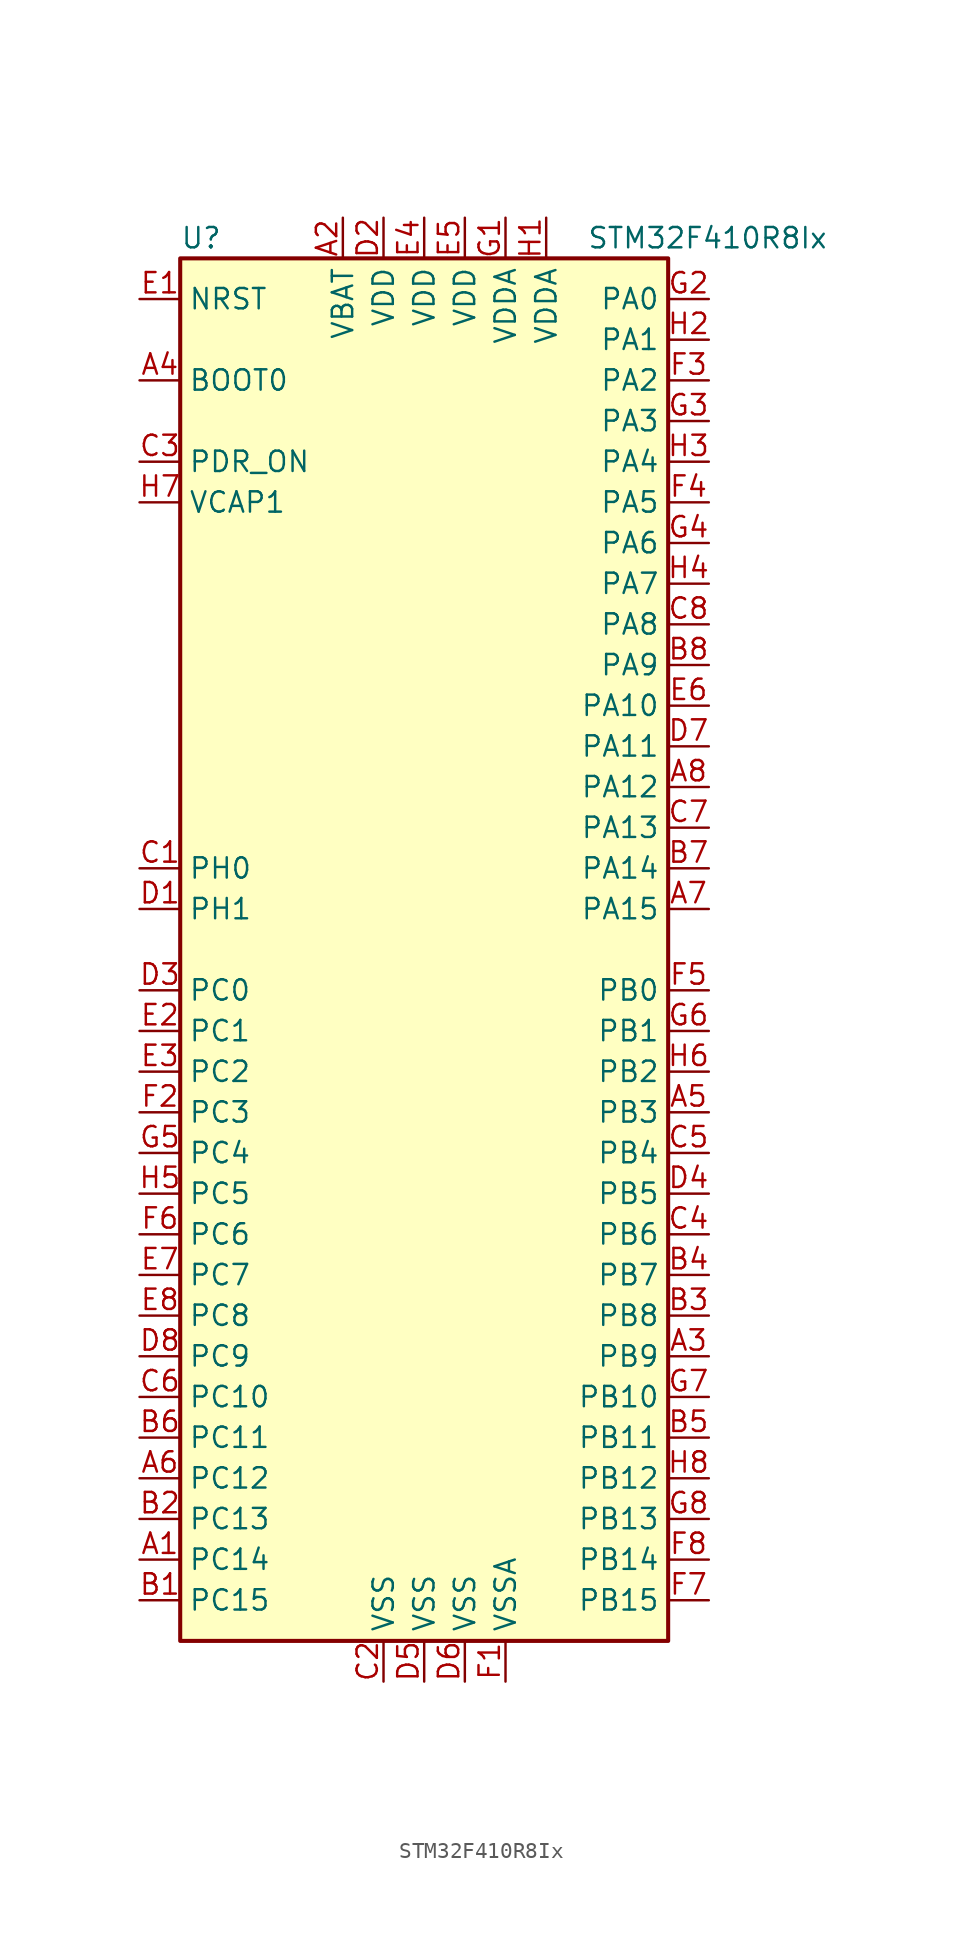
<source format=kicad_sym>
(kicad_symbol_lib
  (version 20211014)
  (generator kicad_symbol_editor)
  (symbol "STM32F410R8Ix"
    (property "Reference" "U"
      (at -15.24 44.45 0)
      (effects (font (size 1.27 1.27)) (justify left)))
    (property "Value" "STM32F410R8Ix"
      (at 10.16 44.45 0)
      (effects (font (size 1.27 1.27)) (justify left)))
    (symbol "STM32F410R8Ix_0_1"
      (rectangle (start -15.24 -43.18) (end 15.24 43.18) (stroke (width 0.254) (type default) (color 0 0 0 0)) (fill (type background))))
    (symbol "STM32F410R8Ix_1_1"
      (pin bidirectional line (at -17.78 -38.1 0) (length 2.54) (name "PC14" (effects (font (size 1.27 1.27)))) (number "A1" (effects (font (size 1.27 1.27)))))
      (pin power_in line (at -5.08 45.72 270) (length 2.54) (name "VBAT" (effects (font (size 1.27 1.27)))) (number "A2" (effects (font (size 1.27 1.27)))))
      (pin bidirectional line (at 17.78 -25.4 180) (length 2.54) (name "PB9" (effects (font (size 1.27 1.27)))) (number "A3" (effects (font (size 1.27 1.27)))))
      (pin input line (at -17.78 35.56 0) (length 2.54) (name "BOOT0" (effects (font (size 1.27 1.27)))) (number "A4" (effects (font (size 1.27 1.27)))))
      (pin bidirectional line (at 17.78 -10.16 180) (length 2.54) (name "PB3" (effects (font (size 1.27 1.27)))) (number "A5" (effects (font (size 1.27 1.27)))))
      (pin bidirectional line (at -17.78 -33.02 0) (length 2.54) (name "PC12" (effects (font (size 1.27 1.27)))) (number "A6" (effects (font (size 1.27 1.27)))))
      (pin bidirectional line (at 17.78 2.54 180) (length 2.54) (name "PA15" (effects (font (size 1.27 1.27)))) (number "A7" (effects (font (size 1.27 1.27)))))
      (pin bidirectional line (at 17.78 10.16 180) (length 2.54) (name "PA12" (effects (font (size 1.27 1.27)))) (number "A8" (effects (font (size 1.27 1.27)))))
      (pin bidirectional line (at -17.78 -40.64 0) (length 2.54) (name "PC15" (effects (font (size 1.27 1.27)))) (number "B1" (effects (font (size 1.27 1.27)))))
      (pin bidirectional line (at -17.78 -35.56 0) (length 2.54) (name "PC13" (effects (font (size 1.27 1.27)))) (number "B2" (effects (font (size 1.27 1.27)))))
      (pin bidirectional line (at 17.78 -22.86 180) (length 2.54) (name "PB8" (effects (font (size 1.27 1.27)))) (number "B3" (effects (font (size 1.27 1.27)))))
      (pin bidirectional line (at 17.78 -20.32 180) (length 2.54) (name "PB7" (effects (font (size 1.27 1.27)))) (number "B4" (effects (font (size 1.27 1.27)))))
      (pin bidirectional line (at 17.78 -30.48 180) (length 2.54) (name "PB11" (effects (font (size 1.27 1.27)))) (number "B5" (effects (font (size 1.27 1.27)))))
      (pin bidirectional line (at -17.78 -30.48 0) (length 2.54) (name "PC11" (effects (font (size 1.27 1.27)))) (number "B6" (effects (font (size 1.27 1.27)))))
      (pin bidirectional line (at 17.78 5.08 180) (length 2.54) (name "PA14" (effects (font (size 1.27 1.27)))) (number "B7" (effects (font (size 1.27 1.27)))))
      (pin bidirectional line (at 17.78 17.78 180) (length 2.54) (name "PA9" (effects (font (size 1.27 1.27)))) (number "B8" (effects (font (size 1.27 1.27)))))
      (pin input line (at -17.78 5.08 0) (length 2.54) (name "PH0" (effects (font (size 1.27 1.27)))) (number "C1" (effects (font (size 1.27 1.27)))))
      (pin power_in line (at -2.54 -45.72 90) (length 2.54) (name "VSS" (effects (font (size 1.27 1.27)))) (number "C2" (effects (font (size 1.27 1.27)))))
      (pin power_in line (at -17.78 30.48 0) (length 2.54) (name "PDR_ON" (effects (font (size 1.27 1.27)))) (number "C3" (effects (font (size 1.27 1.27)))))
      (pin bidirectional line (at 17.78 -17.78 180) (length 2.54) (name "PB6" (effects (font (size 1.27 1.27)))) (number "C4" (effects (font (size 1.27 1.27)))))
      (pin bidirectional line (at 17.78 -12.7 180) (length 2.54) (name "PB4" (effects (font (size 1.27 1.27)))) (number "C5" (effects (font (size 1.27 1.27)))))
      (pin bidirectional line (at -17.78 -27.94 0) (length 2.54) (name "PC10" (effects (font (size 1.27 1.27)))) (number "C6" (effects (font (size 1.27 1.27)))))
      (pin bidirectional line (at 17.78 7.62 180) (length 2.54) (name "PA13" (effects (font (size 1.27 1.27)))) (number "C7" (effects (font (size 1.27 1.27)))))
      (pin bidirectional line (at 17.78 20.32 180) (length 2.54) (name "PA8" (effects (font (size 1.27 1.27)))) (number "C8" (effects (font (size 1.27 1.27)))))
      (pin input line (at -17.78 2.54 0) (length 2.54) (name "PH1" (effects (font (size 1.27 1.27)))) (number "D1" (effects (font (size 1.27 1.27)))))
      (pin power_in line (at -2.54 45.72 270) (length 2.54) (name "VDD" (effects (font (size 1.27 1.27)))) (number "D2" (effects (font (size 1.27 1.27)))))
      (pin bidirectional line (at -17.78 -2.54 0) (length 2.54) (name "PC0" (effects (font (size 1.27 1.27)))) (number "D3" (effects (font (size 1.27 1.27)))))
      (pin bidirectional line (at 17.78 -15.24 180) (length 2.54) (name "PB5" (effects (font (size 1.27 1.27)))) (number "D4" (effects (font (size 1.27 1.27)))))
      (pin power_in line (at 0 -45.72 90) (length 2.54) (name "VSS" (effects (font (size 1.27 1.27)))) (number "D5" (effects (font (size 1.27 1.27)))))
      (pin power_in line (at 2.54 -45.72 90) (length 2.54) (name "VSS" (effects (font (size 1.27 1.27)))) (number "D6" (effects (font (size 1.27 1.27)))))
      (pin bidirectional line (at 17.78 12.7 180) (length 2.54) (name "PA11" (effects (font (size 1.27 1.27)))) (number "D7" (effects (font (size 1.27 1.27)))))
      (pin bidirectional line (at -17.78 -25.4 0) (length 2.54) (name "PC9" (effects (font (size 1.27 1.27)))) (number "D8" (effects (font (size 1.27 1.27)))))
      (pin input line (at -17.78 40.64 0) (length 2.54) (name "NRST" (effects (font (size 1.27 1.27)))) (number "E1" (effects (font (size 1.27 1.27)))))
      (pin bidirectional line (at -17.78 -5.08 0) (length 2.54) (name "PC1" (effects (font (size 1.27 1.27)))) (number "E2" (effects (font (size 1.27 1.27)))))
      (pin bidirectional line (at -17.78 -7.62 0) (length 2.54) (name "PC2" (effects (font (size 1.27 1.27)))) (number "E3" (effects (font (size 1.27 1.27)))))
      (pin power_in line (at 0 45.72 270) (length 2.54) (name "VDD" (effects (font (size 1.27 1.27)))) (number "E4" (effects (font (size 1.27 1.27)))))
      (pin power_in line (at 2.54 45.72 270) (length 2.54) (name "VDD" (effects (font (size 1.27 1.27)))) (number "E5" (effects (font (size 1.27 1.27)))))
      (pin bidirectional line (at 17.78 15.24 180) (length 2.54) (name "PA10" (effects (font (size 1.27 1.27)))) (number "E6" (effects (font (size 1.27 1.27)))))
      (pin bidirectional line (at -17.78 -20.32 0) (length 2.54) (name "PC7" (effects (font (size 1.27 1.27)))) (number "E7" (effects (font (size 1.27 1.27)))))
      (pin bidirectional line (at -17.78 -22.86 0) (length 2.54) (name "PC8" (effects (font (size 1.27 1.27)))) (number "E8" (effects (font (size 1.27 1.27)))))
      (pin power_in line (at 5.08 -45.72 90) (length 2.54) (name "VSSA" (effects (font (size 1.27 1.27)))) (number "F1" (effects (font (size 1.27 1.27)))))
      (pin bidirectional line (at -17.78 -10.16 0) (length 2.54) (name "PC3" (effects (font (size 1.27 1.27)))) (number "F2" (effects (font (size 1.27 1.27)))))
      (pin bidirectional line (at 17.78 35.56 180) (length 2.54) (name "PA2" (effects (font (size 1.27 1.27)))) (number "F3" (effects (font (size 1.27 1.27)))))
      (pin bidirectional line (at 17.78 27.94 180) (length 2.54) (name "PA5" (effects (font (size 1.27 1.27)))) (number "F4" (effects (font (size 1.27 1.27)))))
      (pin bidirectional line (at 17.78 -2.54 180) (length 2.54) (name "PB0" (effects (font (size 1.27 1.27)))) (number "F5" (effects (font (size 1.27 1.27)))))
      (pin bidirectional line (at -17.78 -17.78 0) (length 2.54) (name "PC6" (effects (font (size 1.27 1.27)))) (number "F6" (effects (font (size 1.27 1.27)))))
      (pin bidirectional line (at 17.78 -40.64 180) (length 2.54) (name "PB15" (effects (font (size 1.27 1.27)))) (number "F7" (effects (font (size 1.27 1.27)))))
      (pin bidirectional line (at 17.78 -38.1 180) (length 2.54) (name "PB14" (effects (font (size 1.27 1.27)))) (number "F8" (effects (font (size 1.27 1.27)))))
      (pin power_in line (at 5.08 45.72 270) (length 2.54) (name "VDDA" (effects (font (size 1.27 1.27)))) (number "G1" (effects (font (size 1.27 1.27)))))
      (pin bidirectional line (at 17.78 40.64 180) (length 2.54) (name "PA0" (effects (font (size 1.27 1.27)))) (number "G2" (effects (font (size 1.27 1.27)))))
      (pin bidirectional line (at 17.78 33.02 180) (length 2.54) (name "PA3" (effects (font (size 1.27 1.27)))) (number "G3" (effects (font (size 1.27 1.27)))))
      (pin bidirectional line (at 17.78 25.4 180) (length 2.54) (name "PA6" (effects (font (size 1.27 1.27)))) (number "G4" (effects (font (size 1.27 1.27)))))
      (pin bidirectional line (at -17.78 -12.7 0) (length 2.54) (name "PC4" (effects (font (size 1.27 1.27)))) (number "G5" (effects (font (size 1.27 1.27)))))
      (pin bidirectional line (at 17.78 -5.08 180) (length 2.54) (name "PB1" (effects (font (size 1.27 1.27)))) (number "G6" (effects (font (size 1.27 1.27)))))
      (pin bidirectional line (at 17.78 -27.94 180) (length 2.54) (name "PB10" (effects (font (size 1.27 1.27)))) (number "G7" (effects (font (size 1.27 1.27)))))
      (pin bidirectional line (at 17.78 -35.56 180) (length 2.54) (name "PB13" (effects (font (size 1.27 1.27)))) (number "G8" (effects (font (size 1.27 1.27)))))
      (pin power_in line (at 7.62 45.72 270) (length 2.54) (name "VDDA" (effects (font (size 1.27 1.27)))) (number "H1" (effects (font (size 1.27 1.27)))))
      (pin bidirectional line (at 17.78 38.1 180) (length 2.54) (name "PA1" (effects (font (size 1.27 1.27)))) (number "H2" (effects (font (size 1.27 1.27)))))
      (pin bidirectional line (at 17.78 30.48 180) (length 2.54) (name "PA4" (effects (font (size 1.27 1.27)))) (number "H3" (effects (font (size 1.27 1.27)))))
      (pin bidirectional line (at 17.78 22.86 180) (length 2.54) (name "PA7" (effects (font (size 1.27 1.27)))) (number "H4" (effects (font (size 1.27 1.27)))))
      (pin bidirectional line (at -17.78 -15.24 0) (length 2.54) (name "PC5" (effects (font (size 1.27 1.27)))) (number "H5" (effects (font (size 1.27 1.27)))))
      (pin bidirectional line (at 17.78 -7.62 180) (length 2.54) (name "PB2" (effects (font (size 1.27 1.27)))) (number "H6" (effects (font (size 1.27 1.27)))))
      (pin power_in line (at -17.78 27.94 0) (length 2.54) (name "VCAP1" (effects (font (size 1.27 1.27)))) (number "H7" (effects (font (size 1.27 1.27)))))
      (pin bidirectional line (at 17.78 -33.02 180) (length 2.54) (name "PB12" (effects (font (size 1.27 1.27)))) (number "H8" (effects (font (size 1.27 1.27))))))))
</source>
